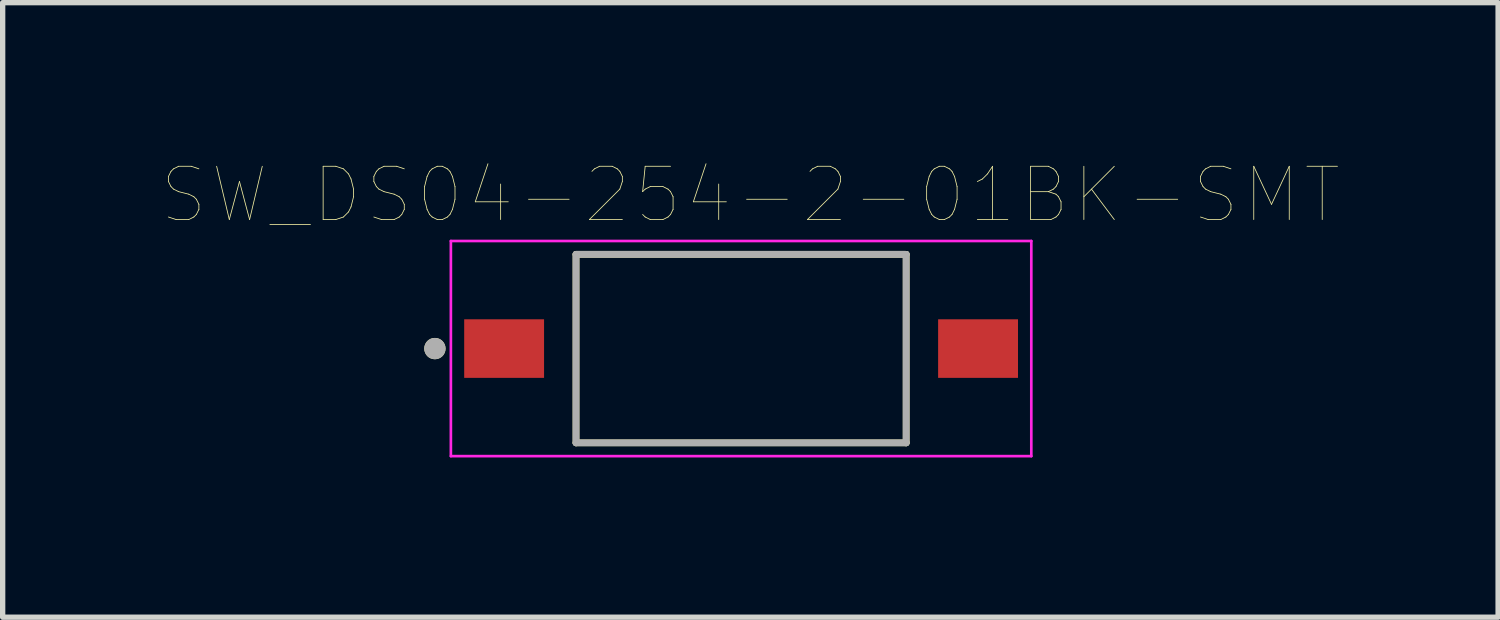
<source format=kicad_pcb>
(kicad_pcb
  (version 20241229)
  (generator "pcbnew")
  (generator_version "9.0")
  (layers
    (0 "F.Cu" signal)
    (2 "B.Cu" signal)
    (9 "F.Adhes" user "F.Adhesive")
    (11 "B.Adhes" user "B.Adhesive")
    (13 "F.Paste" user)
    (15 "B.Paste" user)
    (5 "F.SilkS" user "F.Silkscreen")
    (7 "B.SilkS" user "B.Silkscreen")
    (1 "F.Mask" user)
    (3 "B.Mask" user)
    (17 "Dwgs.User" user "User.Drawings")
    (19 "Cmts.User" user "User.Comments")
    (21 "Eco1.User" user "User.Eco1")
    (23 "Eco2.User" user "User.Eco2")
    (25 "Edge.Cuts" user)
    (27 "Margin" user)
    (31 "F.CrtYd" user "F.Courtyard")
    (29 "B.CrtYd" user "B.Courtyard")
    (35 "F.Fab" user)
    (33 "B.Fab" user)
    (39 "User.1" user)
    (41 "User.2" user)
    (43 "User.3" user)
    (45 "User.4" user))
  (footprint "SW_DS04-254-2-01BK-SMT"
    (layer "F.Cu")
    (at 10.867 3.496)
    (property "Reference" "SW_DS04-254-2-01BK-SMT" (at 0.175 -2.885 0) (layer "F.SilkS") (effects (font (size 1 1) (thickness 0.015))))
    (attr smd)
    (fp_line (start -3.1 -1.77) (end 3.1 -1.77) (stroke (width 0.127) (type solid)) (layer "F.SilkS"))
    (fp_line (start -3.1 1.77) (end -3.1 -1.77) (stroke (width 0.127) (type solid)) (layer "F.SilkS"))
    (fp_line (start 3.1 -1.77) (end 3.1 1.77) (stroke (width 0.127) (type solid)) (layer "F.SilkS"))
    (fp_line (start 3.1 1.77) (end -3.1 1.77) (stroke (width 0.127) (type solid)) (layer "F.SilkS"))
    (fp_circle (center -5.75 0) (end -5.65 0) (stroke (width 0.2) (type solid)) (fill no) (layer "F.SilkS"))
    (fp_line (start -5.45 -2.02) (end -5.45 2.02) (stroke (width 0.05) (type solid)) (layer "F.CrtYd"))
    (fp_line (start -5.45 2.02) (end 5.45 2.02) (stroke (width 0.05) (type solid)) (layer "F.CrtYd"))
    (fp_line (start 5.45 -2.02) (end -5.45 -2.02) (stroke (width 0.05) (type solid)) (layer "F.CrtYd"))
    (fp_line (start 5.45 2.02) (end 5.45 -2.02) (stroke (width 0.05) (type solid)) (layer "F.CrtYd"))
    (fp_line (start -3.1 -1.77) (end 3.1 -1.77) (stroke (width 0.127) (type solid)) (layer "F.Fab"))
    (fp_line (start -3.1 1.77) (end -3.1 -1.77) (stroke (width 0.127) (type solid)) (layer "F.Fab"))
    (fp_line (start 3.1 -1.77) (end 3.1 1.77) (stroke (width 0.127) (type solid)) (layer "F.Fab"))
    (fp_line (start 3.1 1.77) (end -3.1 1.77) (stroke (width 0.127) (type solid)) (layer "F.Fab"))
    (fp_circle (center -5.75 0) (end -5.65 0) (stroke (width 0.2) (type solid)) (fill no) (layer "F.Fab"))
    (pad "1A" smd rect (at -4.45 0) (size 1.5 1.1) (layers "F.Cu" "F.Mask" "F.Paste"))
    (pad "1B" smd rect (at 4.45 0) (size 1.5 1.1) (layers "F.Cu" "F.Mask" "F.Paste")))
  (gr_rect
    (start -3 -3)
    (end 25.083 8.541)
    (stroke (width 0.1) (type default))
    (fill no)
    (layer "Edge.Cuts")))
</source>
